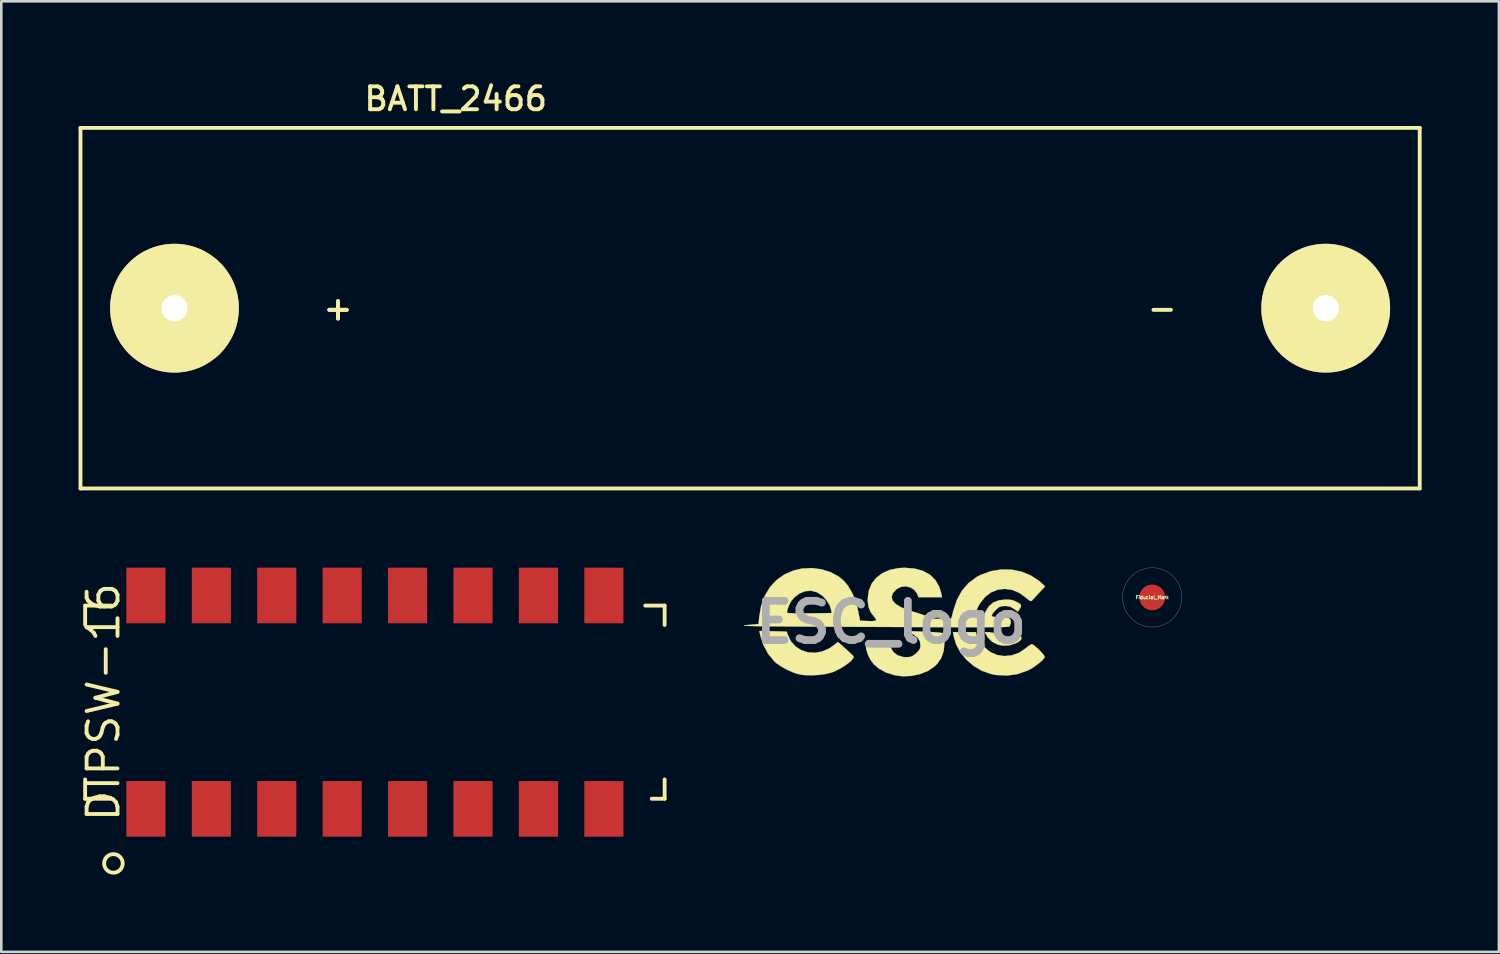
<source format=kicad_pcb>
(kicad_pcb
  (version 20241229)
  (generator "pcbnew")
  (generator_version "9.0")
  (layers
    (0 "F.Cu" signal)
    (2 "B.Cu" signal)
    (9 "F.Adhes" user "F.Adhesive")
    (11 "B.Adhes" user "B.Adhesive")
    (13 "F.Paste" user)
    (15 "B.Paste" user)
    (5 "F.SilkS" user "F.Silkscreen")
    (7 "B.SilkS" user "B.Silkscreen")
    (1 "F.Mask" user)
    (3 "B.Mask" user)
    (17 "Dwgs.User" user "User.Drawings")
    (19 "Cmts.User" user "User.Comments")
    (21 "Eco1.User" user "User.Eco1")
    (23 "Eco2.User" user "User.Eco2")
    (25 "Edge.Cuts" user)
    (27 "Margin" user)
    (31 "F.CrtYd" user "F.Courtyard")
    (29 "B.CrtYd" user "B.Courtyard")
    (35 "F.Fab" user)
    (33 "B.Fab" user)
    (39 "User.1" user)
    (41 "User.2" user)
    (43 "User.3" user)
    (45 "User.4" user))
  (footprint "BATT_2466"
    (layer "F.Cu")
    (at 26.075 8.916)
    (property "Reference" "BATT_2466" (at -11.43 -8.128 0) (layer "F.SilkS") (effects (font (size 0.889 0.889) (thickness 0.152))))
    (attr through_hole)
    (fp_line (start -26 -7) (end -26 7) (stroke (width 0.15) (type solid)) (layer "F.SilkS"))
    (fp_line (start -26 7) (end 26 7) (stroke (width 0.15) (type solid)) (layer "F.SilkS"))
    (fp_line (start 26 -7) (end -26 -7) (stroke (width 0.15) (type solid)) (layer "F.SilkS"))
    (fp_line (start 26 -7) (end 26 7) (stroke (width 0.15) (type solid)) (layer "F.SilkS"))
    (fp_text user "-" (at 16 0 0) (layer "F.SilkS") (effects (font (size 0.889 0.889) (thickness 0.152))))
    (fp_text user "+" (at -16 0 0) (layer "F.SilkS") (effects (font (size 0.889 0.889) (thickness 0.152))))
    (fp_text user "+" (at -16 0 0) (layer "F.SilkS") (effects (font (size 0.889 0.889) (thickness 0.152))))
    (pad "1" thru_hole circle (at -22.35 0) (size 5 5) (drill 1.02) (layers "*.Cu" "*.Mask" "F.SilkS"))
    (pad "2" thru_hole circle (at 22.35 0) (size 5 5) (drill 1.02) (layers "*.Cu" "*.Mask" "F.SilkS")))
  (footprint "Fiducial_Mark"
    (layer "F.Cu")
    (at 41.689 20.146)
    (property "Reference" "Fiducial_Mark" (at 0 0 0) (layer "F.SilkS") (effects (font (size 0.127 0.127) (thickness 0.032))))
    (attr smd)
    (fp_circle (center 0 0) (end 1.151 0) (stroke (width 0.01) (type solid)) (fill no) (layer "Dwgs.User"))
    (pad "" smd circle (at 0 0) (size 1.001 1.001) (layers "F.Cu" "F.Mask")))
  (footprint "DIPSW-16"
    (layer "F.Cu")
    (at 11.506 24.214)
    (property "Reference" "DIPSW-16" (at -10.541 0 90) (layer "F.SilkS") (effects (font (size 1.2 1.2) (thickness 0.15))))
    (attr through_hole)
    (fp_line (start -11.25 -3.75) (end -11.25 -3) (stroke (width 0.15) (type solid)) (layer "F.SilkS"))
    (fp_line (start -11.25 -3.75) (end -10.25 -3.75) (stroke (width 0.15) (type solid)) (layer "F.SilkS"))
    (fp_line (start -11.25 3.75) (end -11.25 3) (stroke (width 0.15) (type solid)) (layer "F.SilkS"))
    (fp_line (start -11 3.75) (end -11.25 3.75) (stroke (width 0.15) (type solid)) (layer "F.SilkS"))
    (fp_line (start -10.25 3.75) (end -11 3.75) (stroke (width 0.15) (type solid)) (layer "F.SilkS"))
    (fp_line (start 10.75 3.75) (end 11.25 3.75) (stroke (width 0.15) (type solid)) (layer "F.SilkS"))
    (fp_line (start 11.25 -3.75) (end 10.5 -3.75) (stroke (width 0.15) (type solid)) (layer "F.SilkS"))
    (fp_line (start 11.25 -3.75) (end 11.25 -3) (stroke (width 0.15) (type solid)) (layer "F.SilkS"))
    (fp_line (start 11.25 3.75) (end 11.25 3) (stroke (width 0.15) (type solid)) (layer "F.SilkS"))
    (fp_circle (center -10.152 6.261) (end -9.852 6.461) (stroke (width 0.15) (type solid)) (fill no) (layer "F.SilkS"))
    (pad "1" smd rect (at -8.89 4.143) (size 1.52 2.16) (layers "F.Cu" "F.Mask" "F.Paste"))
    (pad "2" smd rect (at -6.35 4.143) (size 1.52 2.16) (layers "F.Cu" "F.Mask" "F.Paste"))
    (pad "3" smd rect (at -3.81 4.143) (size 1.52 2.16) (layers "F.Cu" "F.Mask" "F.Paste"))
    (pad "4" smd rect (at -1.27 4.143) (size 1.52 2.16) (layers "F.Cu" "F.Mask" "F.Paste"))
    (pad "5" smd rect (at 1.27 4.143) (size 1.52 2.16) (layers "F.Cu" "F.Mask" "F.Paste"))
    (pad "6" smd rect (at 3.81 4.143) (size 1.52 2.16) (layers "F.Cu" "F.Mask" "F.Paste"))
    (pad "7" smd rect (at 6.35 4.143) (size 1.52 2.16) (layers "F.Cu" "F.Mask" "F.Paste"))
    (pad "8" smd rect (at 8.89 4.143) (size 1.52 2.16) (layers "F.Cu" "F.Mask" "F.Paste"))
    (pad "9" smd rect (at 8.89 -4.143) (size 1.52 2.16) (layers "F.Cu" "F.Mask" "F.Paste"))
    (pad "10" smd rect (at 6.35 -4.143) (size 1.52 2.16) (layers "F.Cu" "F.Mask" "F.Paste"))
    (pad "11" smd rect (at 3.81 -4.143) (size 1.52 2.16) (layers "F.Cu" "F.Mask" "F.Paste"))
    (pad "12" smd rect (at 1.27 -4.143) (size 1.52 2.16) (layers "F.Cu" "F.Mask" "F.Paste"))
    (pad "13" smd rect (at -1.27 -4.143) (size 1.52 2.16) (layers "F.Cu" "F.Mask" "F.Paste"))
    (pad "14" smd rect (at -3.81 -4.143) (size 1.52 2.16) (layers "F.Cu" "F.Mask" "F.Paste"))
    (pad "15" smd rect (at -6.35 -4.143) (size 1.52 2.16) (layers "F.Cu" "F.Mask" "F.Paste"))
    (pad "16" smd rect (at -8.89 -4.143) (size 1.52 2.16) (layers "F.Cu" "F.Mask" "F.Paste")))
  (footprint "ESC_logo"
    (layer "F.Cu")
    (at 31.548 21.113)
    (property "Reference" "ESC_logo" (at 0 0 0) (layer "F.Fab") (effects (font (size 1.524 1.524) (thickness 0.3))))
    (attr through_hole)
    (fp_poly (pts (xy 3.959 0.408) (xy 4.047 0.47) (xy 4.219 0.607) (xy 4.41 0.663) (xy 4.609 0.638) (xy 4.804 0.533) (xy 4.894 0.468) (xy 4.946 0.452) (xy 4.991 0.48) (xy 5.017 0.508) (xy 5.067 0.599) (xy 5.041 0.683) (xy 4.936 0.768) (xy 4.88 0.798) (xy 4.626 0.887) (xy 4.362 0.907) (xy 4.155 0.87) (xy 3.925 0.756) (xy 3.752 0.583) (xy 3.699 0.497) (xy 3.638 0.381) (xy 3.802 0.381) (xy 3.959 0.408)) (stroke (width 0.01) (type solid)) (fill yes) (layer "F.SilkS"))
    (fp_poly (pts (xy -4.582 0.348) (xy -4.05 0.36) (xy -4.008 0.487) (xy -3.886 0.741) (xy -3.708 0.94) (xy -3.487 1.082) (xy -3.234 1.164) (xy -2.963 1.183) (xy -2.685 1.135) (xy -2.413 1.019) (xy -2.25 0.91) (xy -2.063 0.764) (xy -1.772 1.022) (xy -1.641 1.14) (xy -1.534 1.239) (xy -1.468 1.305) (xy -1.455 1.321) (xy -1.462 1.385) (xy -1.532 1.475) (xy -1.651 1.581) (xy -1.807 1.693) (xy -1.985 1.801) (xy -2.173 1.895) (xy -2.311 1.95) (xy -2.53 2.005) (xy -2.798 2.042) (xy -3.084 2.058) (xy -3.352 2.051) (xy -3.535 2.028) (xy -3.762 1.961) (xy -4.011 1.855) (xy -4.251 1.726) (xy -4.452 1.588) (xy -4.521 1.527) (xy -4.775 1.222) (xy -4.964 0.864) (xy -5.076 0.506) (xy -5.114 0.336) (xy -4.582 0.348)) (stroke (width 0.01) (type solid)) (fill yes) (layer "F.SilkS"))
    (fp_poly (pts (xy 3.321 0.498) (xy 3.379 0.637) (xy 3.488 0.8) (xy 3.629 0.962) (xy 3.782 1.101) (xy 3.861 1.157) (xy 4.121 1.27) (xy 4.404 1.311) (xy 4.693 1.281) (xy 4.97 1.182) (xy 5.217 1.017) (xy 5.221 1.014) (xy 5.332 0.924) (xy 5.425 0.863) (xy 5.469 0.847) (xy 5.526 0.876) (xy 5.618 0.95) (xy 5.728 1.051) (xy 5.835 1.161) (xy 5.921 1.259) (xy 5.966 1.328) (xy 5.969 1.34) (xy 5.935 1.406) (xy 5.846 1.501) (xy 5.717 1.61) (xy 5.568 1.72) (xy 5.414 1.817) (xy 5.32 1.865) (xy 4.918 2.008) (xy 4.5 2.068) (xy 4.075 2.046) (xy 3.879 2.007) (xy 3.53 1.884) (xy 3.208 1.695) (xy 2.926 1.452) (xy 2.694 1.168) (xy 2.525 0.853) (xy 2.432 0.54) (xy 2.404 0.381) (xy 3.295 0.381) (xy 3.321 0.498)) (stroke (width 0.01) (type solid)) (fill yes) (layer "F.SilkS"))
    (fp_poly (pts (xy 1.312 0.365) (xy 1.596 0.379) (xy 1.816 0.395) (xy 1.965 0.414) (xy 2.037 0.435) (xy 2.042 0.439) (xy 2.057 0.503) (xy 2.068 0.625) (xy 2.073 0.783) (xy 2.073 0.804) (xy 2.043 1.119) (xy 1.949 1.386) (xy 1.786 1.617) (xy 1.683 1.717) (xy 1.433 1.886) (xy 1.131 2.009) (xy 0.798 2.081) (xy 0.455 2.097) (xy 0.144 2.056) (xy -0.188 1.951) (xy -0.469 1.801) (xy -0.685 1.613) (xy -0.691 1.605) (xy -0.812 1.431) (xy -0.908 1.231) (xy -0.964 1.038) (xy -0.974 0.945) (xy -0.971 0.902) (xy -0.951 0.873) (xy -0.901 0.857) (xy -0.804 0.849) (xy -0.647 0.847) (xy -0.517 0.847) (xy -0.059 0.847) (xy -0.006 0.995) (xy 0.098 1.163) (xy 0.262 1.284) (xy 0.471 1.347) (xy 0.581 1.355) (xy 0.725 1.347) (xy 0.828 1.314) (xy 0.932 1.238) (xy 0.974 1.202) (xy 1.079 1.095) (xy 1.129 1.004) (xy 1.143 0.897) (xy 1.143 0.893) (xy 1.118 0.732) (xy 1.034 0.6) (xy 0.881 0.482) (xy 0.812 0.443) (xy 0.614 0.338) (xy 1.312 0.365)) (stroke (width 0.01) (type solid)) (fill yes) (layer "F.SilkS"))
    (fp_poly (pts (xy 0.918 -2.086) (xy 1.246 -1.995) (xy 1.516 -1.844) (xy 1.726 -1.634) (xy 1.875 -1.367) (xy 1.941 -1.152) (xy 1.981 -0.974) (xy 1.069 -0.974) (xy 1.014 -1.106) (xy 0.911 -1.254) (xy 0.758 -1.352) (xy 0.579 -1.395) (xy 0.394 -1.379) (xy 0.227 -1.297) (xy 0.211 -1.284) (xy 0.075 -1.136) (xy 0.022 -0.993) (xy 0.053 -0.854) (xy 0.166 -0.723) (xy 0.362 -0.598) (xy 0.64 -0.481) (xy 0.886 -0.404) (xy 1.08 -0.345) (xy 1.262 -0.283) (xy 1.404 -0.227) (xy 1.448 -0.207) (xy 1.551 -0.164) (xy 1.667 -0.141) (xy 1.82 -0.133) (xy 1.978 -0.136) (xy 2.343 -0.148) (xy 2.418 -0.451) (xy 2.557 -0.87) (xy 2.753 -1.228) (xy 3.007 -1.523) (xy 3.318 -1.755) (xy 3.482 -1.842) (xy 3.873 -1.984) (xy 4.275 -2.051) (xy 4.675 -2.046) (xy 5.062 -1.968) (xy 5.424 -1.821) (xy 5.749 -1.606) (xy 5.837 -1.529) (xy 5.98 -1.395) (xy 5.756 -1.153) (xy 5.641 -1.028) (xy 5.544 -0.923) (xy 5.482 -0.856) (xy 5.477 -0.85) (xy 5.437 -0.824) (xy 5.383 -0.84) (xy 5.298 -0.905) (xy 5.246 -0.95) (xy 4.978 -1.144) (xy 4.696 -1.26) (xy 4.411 -1.299) (xy 4.133 -1.263) (xy 3.872 -1.154) (xy 3.64 -0.974) (xy 3.445 -0.724) (xy 3.396 -0.637) (xy 3.307 -0.447) (xy 3.272 -0.314) (xy 3.29 -0.23) (xy 3.361 -0.187) (xy 3.416 -0.177) (xy 3.493 -0.176) (xy 3.548 -0.201) (xy 3.598 -0.271) (xy 3.663 -0.401) (xy 3.663 -0.402) (xy 3.797 -0.619) (xy 3.964 -0.766) (xy 4.177 -0.851) (xy 4.398 -0.88) (xy 4.577 -0.882) (xy 4.713 -0.861) (xy 4.842 -0.81) (xy 4.868 -0.796) (xy 4.993 -0.725) (xy 5.047 -0.666) (xy 5.04 -0.598) (xy 4.988 -0.514) (xy 4.917 -0.414) (xy 4.772 -0.524) (xy 4.634 -0.604) (xy 4.478 -0.634) (xy 4.425 -0.635) (xy 4.298 -0.627) (xy 4.205 -0.594) (xy 4.109 -0.519) (xy 4.055 -0.467) (xy 3.946 -0.346) (xy 3.908 -0.266) (xy 3.942 -0.22) (xy 4.054 -0.202) (xy 4.201 -0.205) (xy 4.361 -0.205) (xy 4.496 -0.192) (xy 4.568 -0.171) (xy 4.639 -0.091) (xy 4.653 0.024) (xy 4.615 0.127) (xy 4.611 0.137) (xy 4.608 0.146) (xy 4.602 0.154) (xy 4.59 0.162) (xy 4.567 0.168) (xy 4.528 0.173) (xy 4.471 0.178) (xy 4.389 0.182) (xy 4.281 0.185) (xy 4.14 0.188) (xy 3.963 0.19) (xy 3.746 0.191) (xy 3.485 0.191) (xy 3.176 0.191) (xy 2.813 0.191) (xy 2.394 0.19) (xy 1.914 0.188) (xy 1.368 0.186) (xy 0.753 0.184) (xy 0.065 0.181) (xy -0.702 0.178) (xy -1.249 0.176) (xy -2.006 0.173) (xy -2.681 0.17) (xy -3.278 0.167) (xy -3.801 0.163) (xy -4.253 0.16) (xy -4.637 0.156) (xy -4.957 0.153) (xy -5.216 0.148) (xy -5.417 0.144) (xy -5.563 0.139) (xy -5.659 0.134) (xy -5.708 0.128) (xy -5.712 0.122) (xy -5.676 0.115) (xy -5.63 0.11) (xy -5.144 0.064) (xy -5.118 -0.212) (xy -5.086 -0.396) (xy -4.041 -0.396) (xy -4.036 -0.37) (xy -3.989 -0.36) (xy -3.871 -0.353) (xy -3.694 -0.348) (xy -3.472 -0.346) (xy -3.217 -0.348) (xy -3.161 -0.348) (xy -2.307 -0.36) (xy -2.322 -0.465) (xy -2.384 -0.659) (xy -2.508 -0.86) (xy -2.661 -1.027) (xy -2.87 -1.165) (xy -3.096 -1.225) (xy -3.328 -1.209) (xy -3.554 -1.121) (xy -3.761 -0.96) (xy -3.862 -0.842) (xy -3.924 -0.739) (xy -3.982 -0.612) (xy -4.024 -0.488) (xy -4.041 -0.396) (xy -5.086 -0.396) (xy -5.042 -0.646) (xy -4.901 -1.033) (xy -4.7 -1.368) (xy -4.442 -1.647) (xy -4.132 -1.864) (xy -3.773 -2.016) (xy -3.455 -2.087) (xy -3.075 -2.106) (xy -2.701 -2.058) (xy -2.349 -1.948) (xy -2.037 -1.78) (xy -1.825 -1.605) (xy -1.666 -1.408) (xy -1.517 -1.157) (xy -1.395 -0.883) (xy -1.314 -0.615) (xy -1.31 -0.598) (xy -1.278 -0.434) (xy -1.247 -0.279) (xy -1.233 -0.212) (xy -1.204 -0.064) (xy -0.934 -0.051) (xy -0.742 -0.046) (xy -0.626 -0.056) (xy -0.578 -0.085) (xy -0.591 -0.137) (xy -0.645 -0.202) (xy -0.789 -0.388) (xy -0.872 -0.584) (xy -0.905 -0.817) (xy -0.906 -0.91) (xy -0.866 -1.223) (xy -0.755 -1.496) (xy -0.577 -1.726) (xy -0.338 -1.907) (xy -0.045 -2.035) (xy 0.297 -2.105) (xy 0.532 -2.117) (xy 0.918 -2.086)) (stroke (width 0.01) (type solid)) (fill yes) (layer "F.SilkS")))
  (gr_rect
    (start -3 -3)
    (end 55.15 33.91)
    (stroke (width 0.1) (type default))
    (fill no)
    (layer "Edge.Cuts")))
</source>
